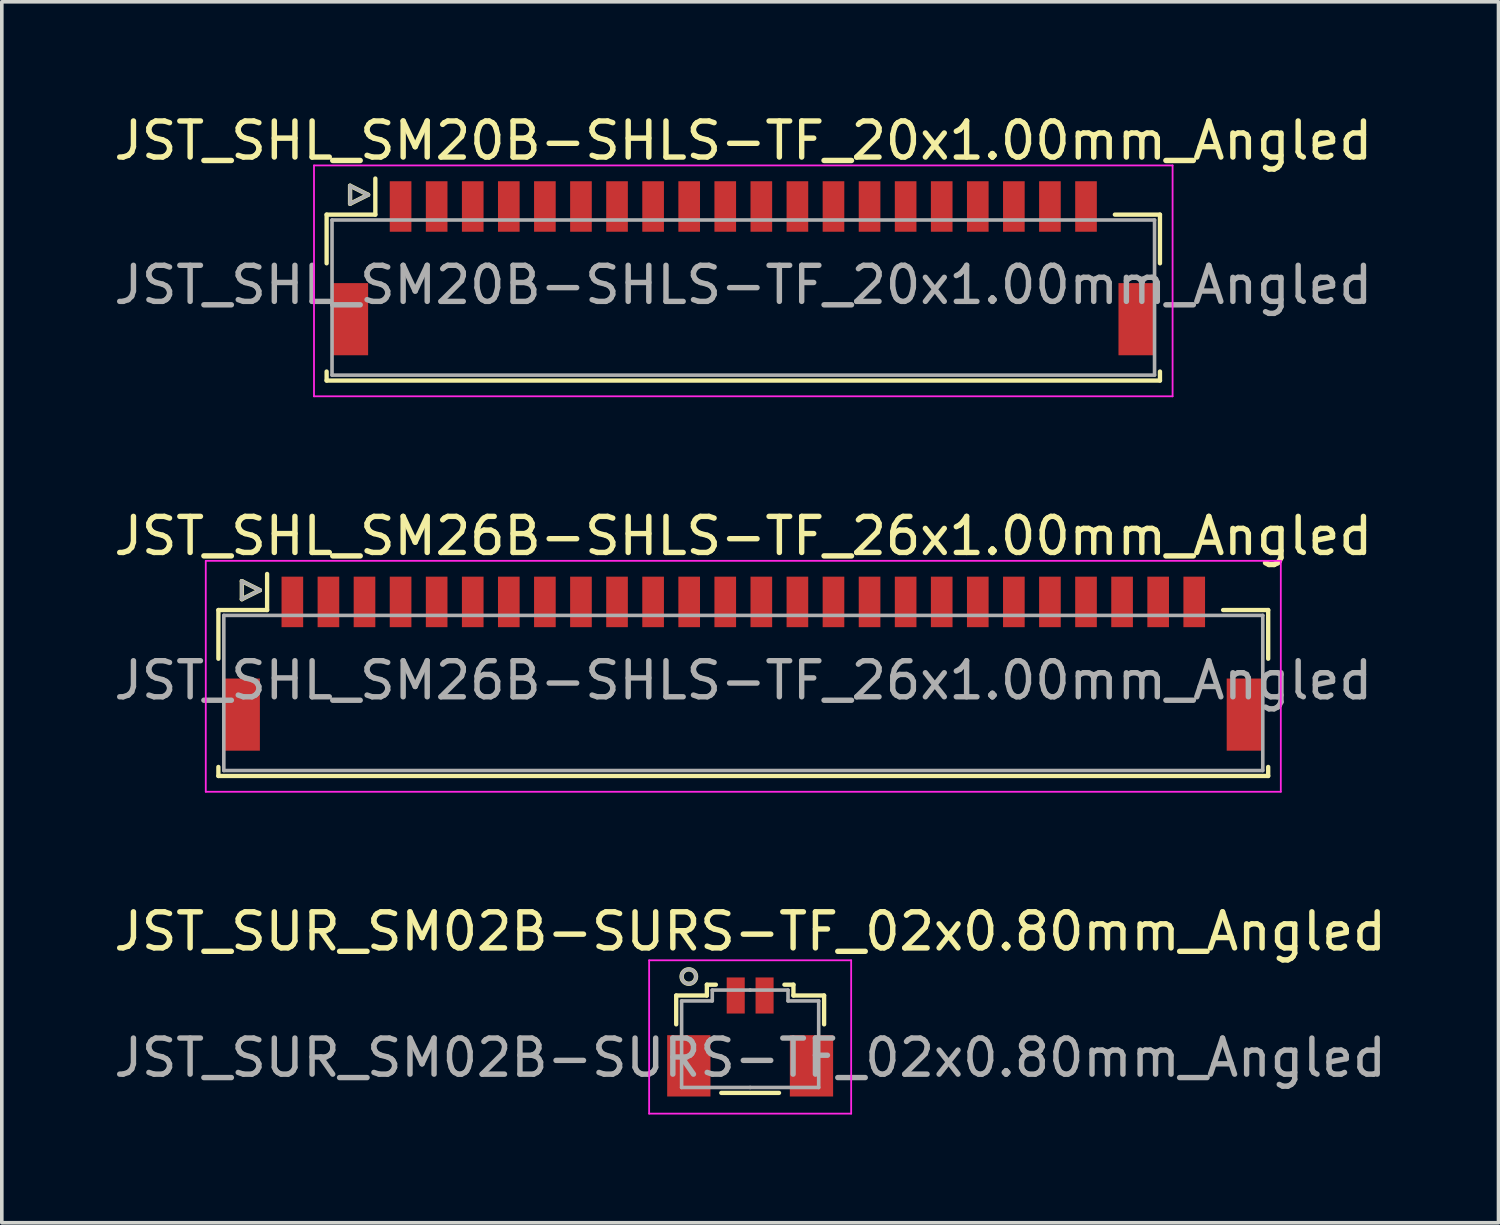
<source format=kicad_pcb>
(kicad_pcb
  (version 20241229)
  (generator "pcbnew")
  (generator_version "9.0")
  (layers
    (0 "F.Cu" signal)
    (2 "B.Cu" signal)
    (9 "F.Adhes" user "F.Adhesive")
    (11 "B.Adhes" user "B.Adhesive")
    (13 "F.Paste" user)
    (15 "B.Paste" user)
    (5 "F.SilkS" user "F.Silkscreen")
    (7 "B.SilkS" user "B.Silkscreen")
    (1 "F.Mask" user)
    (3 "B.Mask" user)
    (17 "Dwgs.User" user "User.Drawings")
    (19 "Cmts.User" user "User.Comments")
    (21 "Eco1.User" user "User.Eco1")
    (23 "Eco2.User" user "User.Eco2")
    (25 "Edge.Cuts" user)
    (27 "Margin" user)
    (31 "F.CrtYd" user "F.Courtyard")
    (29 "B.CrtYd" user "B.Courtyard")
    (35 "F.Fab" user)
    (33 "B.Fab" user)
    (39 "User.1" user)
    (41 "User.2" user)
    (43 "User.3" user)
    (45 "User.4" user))
  (footprint "JST_SHL_SM26B-SHLS-TF_26x1.00mm_Angled"
    (layer "F.Cu")
    (at 17.554 15.197)
    (property "Reference" "JST_SHL_SM26B-SHLS-TF_26x1.00mm_Angled" (at 0 -3.388 0) (layer "F.SilkS") (effects (font (size 1 1) (thickness 0.15))))
    (attr smd)
    (fp_line (start -14.55 -1.337) (end -13.2 -1.337) (stroke (width 0.12) (type solid)) (layer "F.SilkS"))
    (fp_line (start -14.55 0.013) (end -14.55 -1.337) (stroke (width 0.12) (type solid)) (layer "F.SilkS"))
    (fp_line (start -14.55 3.013) (end -14.55 3.263) (stroke (width 0.12) (type solid)) (layer "F.SilkS"))
    (fp_line (start -14.55 3.263) (end 14.55 3.263) (stroke (width 0.12) (type solid)) (layer "F.SilkS"))
    (fp_line (start -13.9 -2.138) (end -13.9 -1.637) (stroke (width 0.12) (type solid)) (layer "F.SilkS"))
    (fp_line (start -13.9 -1.637) (end -13.4 -1.887) (stroke (width 0.12) (type solid)) (layer "F.SilkS"))
    (fp_line (start -13.4 -1.887) (end -13.9 -2.138) (stroke (width 0.12) (type solid)) (layer "F.SilkS"))
    (fp_line (start -13.2 -1.337) (end -13.2 -2.337) (stroke (width 0.12) (type solid)) (layer "F.SilkS"))
    (fp_line (start 14.55 -1.337) (end 13.3 -1.337) (stroke (width 0.12) (type solid)) (layer "F.SilkS"))
    (fp_line (start 14.55 0.013) (end 14.55 -1.337) (stroke (width 0.12) (type solid)) (layer "F.SilkS"))
    (fp_line (start 14.55 3.263) (end 14.55 3.013) (stroke (width 0.12) (type solid)) (layer "F.SilkS"))
    (fp_line (start -14.9 -2.7) (end -14.9 3.7) (stroke (width 0.05) (type solid)) (layer "F.CrtYd"))
    (fp_line (start -14.9 3.7) (end 14.9 3.7) (stroke (width 0.05) (type solid)) (layer "F.CrtYd"))
    (fp_line (start 14.9 -2.7) (end -14.9 -2.7) (stroke (width 0.05) (type solid)) (layer "F.CrtYd"))
    (fp_line (start 14.9 3.7) (end 14.9 -2.7) (stroke (width 0.05) (type solid)) (layer "F.CrtYd"))
    (fp_line (start -14.4 -1.188) (end -14.4 3.112) (stroke (width 0.1) (type solid)) (layer "F.Fab"))
    (fp_line (start -14.4 3.112) (end 14.4 3.112) (stroke (width 0.1) (type solid)) (layer "F.Fab"))
    (fp_line (start -13.9 -2.138) (end -13.9 -1.637) (stroke (width 0.1) (type solid)) (layer "F.Fab"))
    (fp_line (start -13.9 -1.637) (end -13.4 -1.887) (stroke (width 0.1) (type solid)) (layer "F.Fab"))
    (fp_line (start -13.4 -1.887) (end -13.9 -2.138) (stroke (width 0.1) (type solid)) (layer "F.Fab"))
    (fp_line (start 14.4 -1.188) (end -14.4 -1.188) (stroke (width 0.1) (type solid)) (layer "F.Fab"))
    (fp_line (start 14.4 3.112) (end 14.4 -1.188) (stroke (width 0.1) (type solid)) (layer "F.Fab"))
    (fp_text user "${REFERENCE}" (at 0 0.613 0) (layer "F.Fab") (effects (font (size 1 1) (thickness 0.15))))
    (pad "" smd rect (at -13.9 1.562) (size 1 2) (layers "F.Cu" "F.Mask" "F.Paste"))
    (pad "" smd rect (at 13.9 1.562) (size 1 2) (layers "F.Cu" "F.Mask" "F.Paste"))
    (pad "1" smd rect (at -12.5 -1.562) (size 0.6 1.4) (layers "F.Cu" "F.Mask" "F.Paste"))
    (pad "2" smd rect (at -11.5 -1.562) (size 0.6 1.4) (layers "F.Cu" "F.Mask" "F.Paste"))
    (pad "3" smd rect (at -10.5 -1.562) (size 0.6 1.4) (layers "F.Cu" "F.Mask" "F.Paste"))
    (pad "4" smd rect (at -9.5 -1.562) (size 0.6 1.4) (layers "F.Cu" "F.Mask" "F.Paste"))
    (pad "5" smd rect (at -8.5 -1.562) (size 0.6 1.4) (layers "F.Cu" "F.Mask" "F.Paste"))
    (pad "6" smd rect (at -7.5 -1.562) (size 0.6 1.4) (layers "F.Cu" "F.Mask" "F.Paste"))
    (pad "7" smd rect (at -6.5 -1.562) (size 0.6 1.4) (layers "F.Cu" "F.Mask" "F.Paste"))
    (pad "8" smd rect (at -5.5 -1.562) (size 0.6 1.4) (layers "F.Cu" "F.Mask" "F.Paste"))
    (pad "9" smd rect (at -4.5 -1.562) (size 0.6 1.4) (layers "F.Cu" "F.Mask" "F.Paste"))
    (pad "10" smd rect (at -3.5 -1.562) (size 0.6 1.4) (layers "F.Cu" "F.Mask" "F.Paste"))
    (pad "11" smd rect (at -2.5 -1.562) (size 0.6 1.4) (layers "F.Cu" "F.Mask" "F.Paste"))
    (pad "12" smd rect (at -1.5 -1.562) (size 0.6 1.4) (layers "F.Cu" "F.Mask" "F.Paste"))
    (pad "13" smd rect (at -0.5 -1.562) (size 0.6 1.4) (layers "F.Cu" "F.Mask" "F.Paste"))
    (pad "14" smd rect (at 0.5 -1.562) (size 0.6 1.4) (layers "F.Cu" "F.Mask" "F.Paste"))
    (pad "15" smd rect (at 1.5 -1.562) (size 0.6 1.4) (layers "F.Cu" "F.Mask" "F.Paste"))
    (pad "16" smd rect (at 2.5 -1.562) (size 0.6 1.4) (layers "F.Cu" "F.Mask" "F.Paste"))
    (pad "17" smd rect (at 3.5 -1.562) (size 0.6 1.4) (layers "F.Cu" "F.Mask" "F.Paste"))
    (pad "18" smd rect (at 4.5 -1.562) (size 0.6 1.4) (layers "F.Cu" "F.Mask" "F.Paste"))
    (pad "19" smd rect (at 5.5 -1.562) (size 0.6 1.4) (layers "F.Cu" "F.Mask" "F.Paste"))
    (pad "20" smd rect (at 6.5 -1.562) (size 0.6 1.4) (layers "F.Cu" "F.Mask" "F.Paste"))
    (pad "21" smd rect (at 7.5 -1.562) (size 0.6 1.4) (layers "F.Cu" "F.Mask" "F.Paste"))
    (pad "22" smd rect (at 8.5 -1.562) (size 0.6 1.4) (layers "F.Cu" "F.Mask" "F.Paste"))
    (pad "23" smd rect (at 9.5 -1.562) (size 0.6 1.4) (layers "F.Cu" "F.Mask" "F.Paste"))
    (pad "24" smd rect (at 10.5 -1.562) (size 0.6 1.4) (layers "F.Cu" "F.Mask" "F.Paste"))
    (pad "25" smd rect (at 11.5 -1.562) (size 0.6 1.4) (layers "F.Cu" "F.Mask" "F.Paste"))
    (pad "26" smd rect (at 12.5 -1.562) (size 0.6 1.4) (layers "F.Cu" "F.Mask" "F.Paste")))
  (footprint "JST_SUR_SM02B-SURS-TF_02x0.80mm_Angled"
    (layer "F.Cu")
    (at 17.744 25.52)
    (property "Reference" "JST_SUR_SM02B-SURS-TF_02x0.80mm_Angled" (at 0 -2.75 0) (layer "F.SilkS") (effects (font (size 1 1) (thickness 0.15))))
    (attr smd)
    (fp_line (start -2.05 -0.975) (end -2.05 -0.175) (stroke (width 0.12) (type solid)) (layer "F.SilkS"))
    (fp_line (start -1.2 -1.275) (end -1.2 -0.975) (stroke (width 0.12) (type solid)) (layer "F.SilkS"))
    (fp_line (start -1.2 -0.975) (end -2.05 -0.975) (stroke (width 0.12) (type solid)) (layer "F.SilkS"))
    (fp_line (start -0.95 -1.275) (end -1.2 -1.275) (stroke (width 0.12) (type solid)) (layer "F.SilkS"))
    (fp_line (start -0.8 1.725) (end 0.8 1.725) (stroke (width 0.12) (type solid)) (layer "F.SilkS"))
    (fp_line (start 0.95 -1.275) (end 1.2 -1.275) (stroke (width 0.12) (type solid)) (layer "F.SilkS"))
    (fp_line (start 1.2 -1.275) (end 1.2 -0.975) (stroke (width 0.12) (type solid)) (layer "F.SilkS"))
    (fp_line (start 1.2 -0.975) (end 2.05 -0.975) (stroke (width 0.12) (type solid)) (layer "F.SilkS"))
    (fp_line (start 2.05 -0.975) (end 2.05 -0.175) (stroke (width 0.12) (type solid)) (layer "F.SilkS"))
    (fp_circle (center -1.7 -1.5) (end -1.5 -1.5) (stroke (width 0.12) (type solid)) (fill no) (layer "F.SilkS"))
    (fp_line (start -2.8 -1.95) (end 2.8 -1.95) (stroke (width 0.05) (type solid)) (layer "F.CrtYd"))
    (fp_line (start -2.8 2.3) (end -2.8 -1.95) (stroke (width 0.05) (type solid)) (layer "F.CrtYd"))
    (fp_line (start 2.8 -1.95) (end 2.8 2.3) (stroke (width 0.05) (type solid)) (layer "F.CrtYd"))
    (fp_line (start 2.8 2.3) (end -2.8 2.3) (stroke (width 0.05) (type solid)) (layer "F.CrtYd"))
    (fp_line (start -1.9 -0.825) (end -1.9 1.575) (stroke (width 0.1) (type solid)) (layer "F.Fab"))
    (fp_line (start -1.9 1.575) (end 0 1.575) (stroke (width 0.1) (type solid)) (layer "F.Fab"))
    (fp_line (start -1.05 -1.125) (end -1.05 -0.825) (stroke (width 0.1) (type solid)) (layer "F.Fab"))
    (fp_line (start -1.05 -0.825) (end -1.9 -0.825) (stroke (width 0.1) (type solid)) (layer "F.Fab"))
    (fp_line (start 0 -1.125) (end -1.05 -1.125) (stroke (width 0.1) (type solid)) (layer "F.Fab"))
    (fp_line (start 0 -1.125) (end 1.05 -1.125) (stroke (width 0.1) (type solid)) (layer "F.Fab"))
    (fp_line (start 1.05 -1.125) (end 1.05 -0.825) (stroke (width 0.1) (type solid)) (layer "F.Fab"))
    (fp_line (start 1.05 -0.825) (end 1.9 -0.825) (stroke (width 0.1) (type solid)) (layer "F.Fab"))
    (fp_line (start 1.9 -0.825) (end 1.9 1.575) (stroke (width 0.1) (type solid)) (layer "F.Fab"))
    (fp_line (start 1.9 1.575) (end 0 1.575) (stroke (width 0.1) (type solid)) (layer "F.Fab"))
    (fp_circle (center -1.7 -1.5) (end -1.5 -1.5) (stroke (width 0.1) (type solid)) (fill no) (layer "F.Fab"))
    (fp_text user "${REFERENCE}" (at 0 0.75 0) (layer "F.Fab") (effects (font (size 1 1) (thickness 0.15))))
    (pad "" smd rect (at -1.7 0.975) (size 1.2 1.7) (layers "F.Cu" "F.Mask" "F.Paste"))
    (pad "" smd rect (at 1.7 0.975) (size 1.2 1.7) (layers "F.Cu" "F.Mask" "F.Paste"))
    (pad "1" smd rect (at -0.4 -0.975) (size 0.5 1) (layers "F.Cu" "F.Mask" "F.Paste"))
    (pad "2" smd rect (at 0.4 -0.975) (size 0.5 1) (layers "F.Cu" "F.Mask" "F.Paste")))
  (footprint "JST_SHL_SM20B-SHLS-TF_20x1.00mm_Angled"
    (layer "F.Cu")
    (at 17.554 4.236)
    (property "Reference" "JST_SHL_SM20B-SHLS-TF_20x1.00mm_Angled" (at 0 -3.388 0) (layer "F.SilkS") (effects (font (size 1 1) (thickness 0.15))))
    (attr smd)
    (fp_line (start -11.55 -1.337) (end -10.2 -1.337) (stroke (width 0.12) (type solid)) (layer "F.SilkS"))
    (fp_line (start -11.55 0.013) (end -11.55 -1.337) (stroke (width 0.12) (type solid)) (layer "F.SilkS"))
    (fp_line (start -11.55 3.013) (end -11.55 3.263) (stroke (width 0.12) (type solid)) (layer "F.SilkS"))
    (fp_line (start -11.55 3.263) (end 11.55 3.263) (stroke (width 0.12) (type solid)) (layer "F.SilkS"))
    (fp_line (start -10.9 -2.138) (end -10.9 -1.637) (stroke (width 0.12) (type solid)) (layer "F.SilkS"))
    (fp_line (start -10.9 -1.637) (end -10.4 -1.887) (stroke (width 0.12) (type solid)) (layer "F.SilkS"))
    (fp_line (start -10.4 -1.887) (end -10.9 -2.138) (stroke (width 0.12) (type solid)) (layer "F.SilkS"))
    (fp_line (start -10.2 -1.337) (end -10.2 -2.337) (stroke (width 0.12) (type solid)) (layer "F.SilkS"))
    (fp_line (start 11.55 -1.337) (end 10.3 -1.337) (stroke (width 0.12) (type solid)) (layer "F.SilkS"))
    (fp_line (start 11.55 0.013) (end 11.55 -1.337) (stroke (width 0.12) (type solid)) (layer "F.SilkS"))
    (fp_line (start 11.55 3.263) (end 11.55 3.013) (stroke (width 0.12) (type solid)) (layer "F.SilkS"))
    (fp_line (start -11.9 -2.7) (end -11.9 3.7) (stroke (width 0.05) (type solid)) (layer "F.CrtYd"))
    (fp_line (start -11.9 3.7) (end 11.9 3.7) (stroke (width 0.05) (type solid)) (layer "F.CrtYd"))
    (fp_line (start 11.9 -2.7) (end -11.9 -2.7) (stroke (width 0.05) (type solid)) (layer "F.CrtYd"))
    (fp_line (start 11.9 3.7) (end 11.9 -2.7) (stroke (width 0.05) (type solid)) (layer "F.CrtYd"))
    (fp_line (start -11.4 -1.188) (end -11.4 3.112) (stroke (width 0.1) (type solid)) (layer "F.Fab"))
    (fp_line (start -11.4 3.112) (end 11.4 3.112) (stroke (width 0.1) (type solid)) (layer "F.Fab"))
    (fp_line (start -10.9 -2.138) (end -10.9 -1.637) (stroke (width 0.1) (type solid)) (layer "F.Fab"))
    (fp_line (start -10.9 -1.637) (end -10.4 -1.887) (stroke (width 0.1) (type solid)) (layer "F.Fab"))
    (fp_line (start -10.4 -1.887) (end -10.9 -2.138) (stroke (width 0.1) (type solid)) (layer "F.Fab"))
    (fp_line (start 11.4 -1.188) (end -11.4 -1.188) (stroke (width 0.1) (type solid)) (layer "F.Fab"))
    (fp_line (start 11.4 3.112) (end 11.4 -1.188) (stroke (width 0.1) (type solid)) (layer "F.Fab"))
    (fp_text user "${REFERENCE}" (at 0 0.613 0) (layer "F.Fab") (effects (font (size 1 1) (thickness 0.15))))
    (pad "" smd rect (at -10.9 1.562) (size 1 2) (layers "F.Cu" "F.Mask" "F.Paste"))
    (pad "" smd rect (at 10.9 1.562) (size 1 2) (layers "F.Cu" "F.Mask" "F.Paste"))
    (pad "1" smd rect (at -9.5 -1.562) (size 0.6 1.4) (layers "F.Cu" "F.Mask" "F.Paste"))
    (pad "2" smd rect (at -8.5 -1.562) (size 0.6 1.4) (layers "F.Cu" "F.Mask" "F.Paste"))
    (pad "3" smd rect (at -7.5 -1.562) (size 0.6 1.4) (layers "F.Cu" "F.Mask" "F.Paste"))
    (pad "4" smd rect (at -6.5 -1.562) (size 0.6 1.4) (layers "F.Cu" "F.Mask" "F.Paste"))
    (pad "5" smd rect (at -5.5 -1.562) (size 0.6 1.4) (layers "F.Cu" "F.Mask" "F.Paste"))
    (pad "6" smd rect (at -4.5 -1.562) (size 0.6 1.4) (layers "F.Cu" "F.Mask" "F.Paste"))
    (pad "7" smd rect (at -3.5 -1.562) (size 0.6 1.4) (layers "F.Cu" "F.Mask" "F.Paste"))
    (pad "8" smd rect (at -2.5 -1.562) (size 0.6 1.4) (layers "F.Cu" "F.Mask" "F.Paste"))
    (pad "9" smd rect (at -1.5 -1.562) (size 0.6 1.4) (layers "F.Cu" "F.Mask" "F.Paste"))
    (pad "10" smd rect (at -0.5 -1.562) (size 0.6 1.4) (layers "F.Cu" "F.Mask" "F.Paste"))
    (pad "11" smd rect (at 0.5 -1.562) (size 0.6 1.4) (layers "F.Cu" "F.Mask" "F.Paste"))
    (pad "12" smd rect (at 1.5 -1.562) (size 0.6 1.4) (layers "F.Cu" "F.Mask" "F.Paste"))
    (pad "13" smd rect (at 2.5 -1.562) (size 0.6 1.4) (layers "F.Cu" "F.Mask" "F.Paste"))
    (pad "14" smd rect (at 3.5 -1.562) (size 0.6 1.4) (layers "F.Cu" "F.Mask" "F.Paste"))
    (pad "15" smd rect (at 4.5 -1.562) (size 0.6 1.4) (layers "F.Cu" "F.Mask" "F.Paste"))
    (pad "16" smd rect (at 5.5 -1.562) (size 0.6 1.4) (layers "F.Cu" "F.Mask" "F.Paste"))
    (pad "17" smd rect (at 6.5 -1.562) (size 0.6 1.4) (layers "F.Cu" "F.Mask" "F.Paste"))
    (pad "18" smd rect (at 7.5 -1.562) (size 0.6 1.4) (layers "F.Cu" "F.Mask" "F.Paste"))
    (pad "19" smd rect (at 8.5 -1.562) (size 0.6 1.4) (layers "F.Cu" "F.Mask" "F.Paste"))
    (pad "20" smd rect (at 9.5 -1.562) (size 0.6 1.4) (layers "F.Cu" "F.Mask" "F.Paste")))
  (gr_rect
    (start -3 -3)
    (end 38.488 30.845)
    (stroke (width 0.1) (type default))
    (fill no)
    (layer "Edge.Cuts")))
</source>
